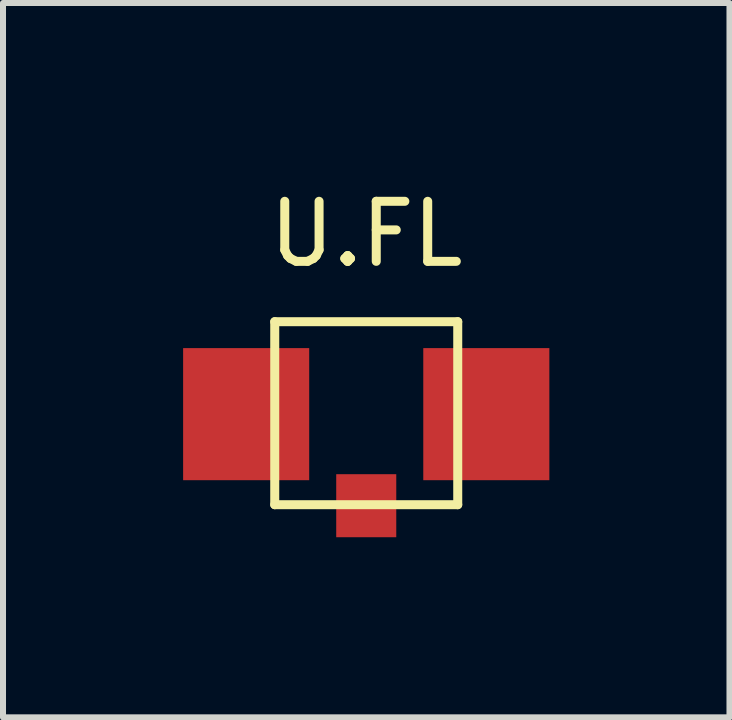
<source format=kicad_pcb>
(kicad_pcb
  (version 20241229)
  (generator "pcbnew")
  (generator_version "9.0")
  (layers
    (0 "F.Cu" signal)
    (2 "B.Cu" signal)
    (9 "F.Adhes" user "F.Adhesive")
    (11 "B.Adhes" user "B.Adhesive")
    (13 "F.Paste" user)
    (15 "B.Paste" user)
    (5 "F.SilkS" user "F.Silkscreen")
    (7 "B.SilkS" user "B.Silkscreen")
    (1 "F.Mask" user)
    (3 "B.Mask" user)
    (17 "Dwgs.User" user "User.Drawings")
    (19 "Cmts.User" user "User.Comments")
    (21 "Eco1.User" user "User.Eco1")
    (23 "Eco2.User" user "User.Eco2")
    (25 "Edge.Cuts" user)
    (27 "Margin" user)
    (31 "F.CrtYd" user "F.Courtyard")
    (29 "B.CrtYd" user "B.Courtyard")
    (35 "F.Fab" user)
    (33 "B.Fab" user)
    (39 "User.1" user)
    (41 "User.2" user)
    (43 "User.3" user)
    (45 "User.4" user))
  (footprint "U.FL"
    (layer "F.Cu")
    (at 3.05 0.848)
    (property "Reference" "U.FL" (at 0 0 0) (layer "F.SilkS") (effects (font (size 1 1) (thickness 0.15))))
    (attr through_hole)
    (fp_line (start -1.524 1.46) (end 1.524 1.46) (stroke (width 0.15) (type solid)) (layer "F.SilkS"))
    (fp_line (start -1.524 4.508) (end -1.524 1.46) (stroke (width 0.15) (type solid)) (layer "F.SilkS"))
    (fp_line (start 1.524 1.46) (end 1.524 4.508) (stroke (width 0.15) (type solid)) (layer "F.SilkS"))
    (fp_line (start 1.524 4.508) (end -1.524 4.508) (stroke (width 0.15) (type solid)) (layer "F.SilkS"))
    (pad "1" smd rect (at 0 4.525) (size 1 1.05) (layers "F.Cu" "F.Mask" "F.Paste"))
    (pad "2" smd rect (at -2 3) (size 2.1 2.2) (layers "F.Cu" "F.Mask" "F.Paste"))
    (pad "3" smd rect (at 2 3) (size 2.1 2.2) (layers "F.Cu" "F.Mask" "F.Paste")))
  (gr_rect
    (start -3 -3)
    (end 9.1 8.898)
    (stroke (width 0.1) (type default))
    (fill no)
    (layer "Edge.Cuts")))
</source>
